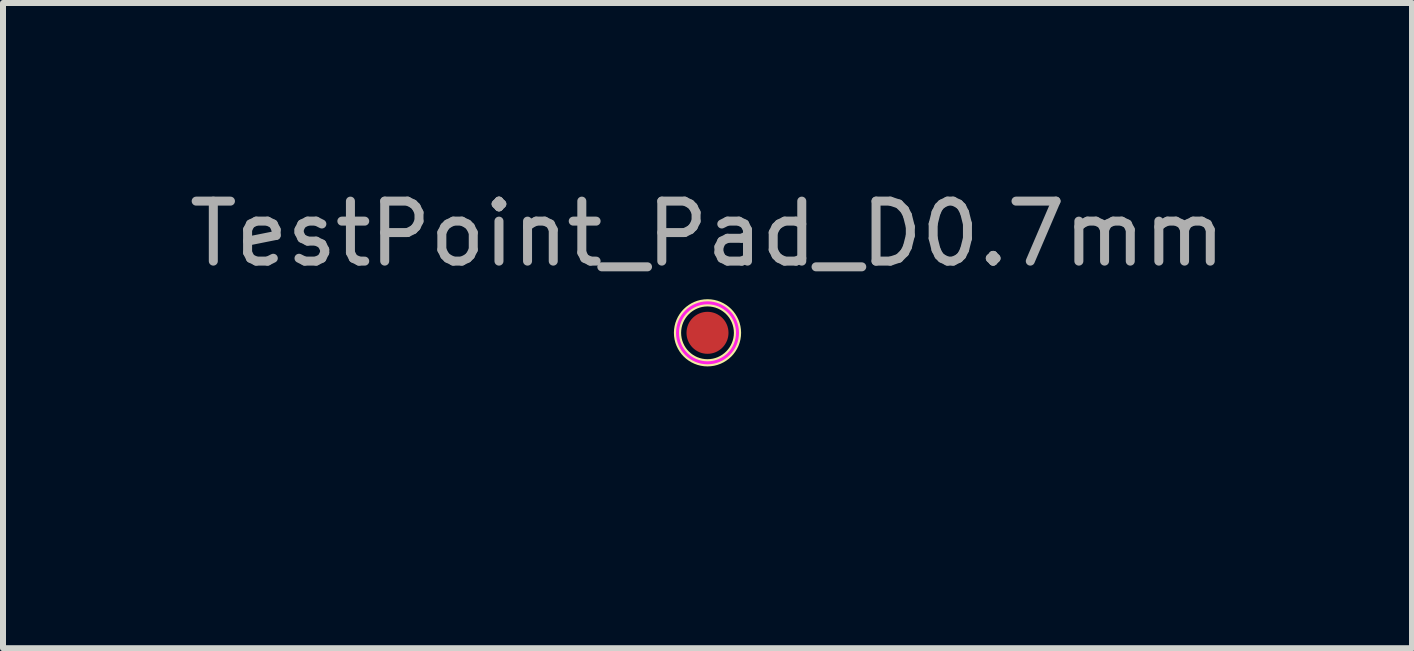
<source format=kicad_pcb>
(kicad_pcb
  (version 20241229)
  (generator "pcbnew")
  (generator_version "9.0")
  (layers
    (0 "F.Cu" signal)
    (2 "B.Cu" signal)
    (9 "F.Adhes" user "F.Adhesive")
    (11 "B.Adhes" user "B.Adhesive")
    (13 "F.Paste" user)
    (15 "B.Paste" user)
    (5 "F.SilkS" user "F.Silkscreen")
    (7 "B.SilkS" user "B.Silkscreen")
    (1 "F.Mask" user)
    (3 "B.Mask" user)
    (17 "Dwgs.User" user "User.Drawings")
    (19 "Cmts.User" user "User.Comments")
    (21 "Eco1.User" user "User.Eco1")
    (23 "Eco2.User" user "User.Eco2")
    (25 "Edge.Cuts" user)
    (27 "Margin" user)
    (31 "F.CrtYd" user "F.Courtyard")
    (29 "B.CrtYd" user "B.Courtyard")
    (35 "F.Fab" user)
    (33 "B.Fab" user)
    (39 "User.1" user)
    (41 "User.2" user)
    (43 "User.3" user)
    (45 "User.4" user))
  (footprint "TestPoint_Pad_D0.7mm"
    (layer "F.Cu")
    (at 8.744 2.498)
    (property "Reference" "TestPoint_Pad_D0.7mm" (at -0.518 1.44 0) (layer "Eco2.User") (effects (font (face "JetBrainsMono NF") (size 1 1) (thickness 0.15))))
    (attr exclude_from_pos_files)
    (fp_circle (center 0 0) (end 0.5 0) (stroke (width 0.12) (type solid)) (fill no) (layer "F.SilkS"))
    (fp_circle (center 0 0) (end 0.5 0) (stroke (width 0.05) (type solid)) (fill no) (layer "F.CrtYd"))
    (fp_text user "${REFERENCE}" (at 0 -1.65 0) (layer "F.Fab") (effects (font (size 1 1) (thickness 0.15))))
    (pad "1" smd circle (at 0 0 180) (size 0.7 0.7) (property pad_prop_testpoint) (layers "F.Cu" "F.Mask" "Eco2.User")))
  (gr_rect
    (start -3 -3)
    (end 20.488 7.755)
    (stroke (width 0.1) (type default))
    (fill no)
    (layer "Edge.Cuts")))
</source>
